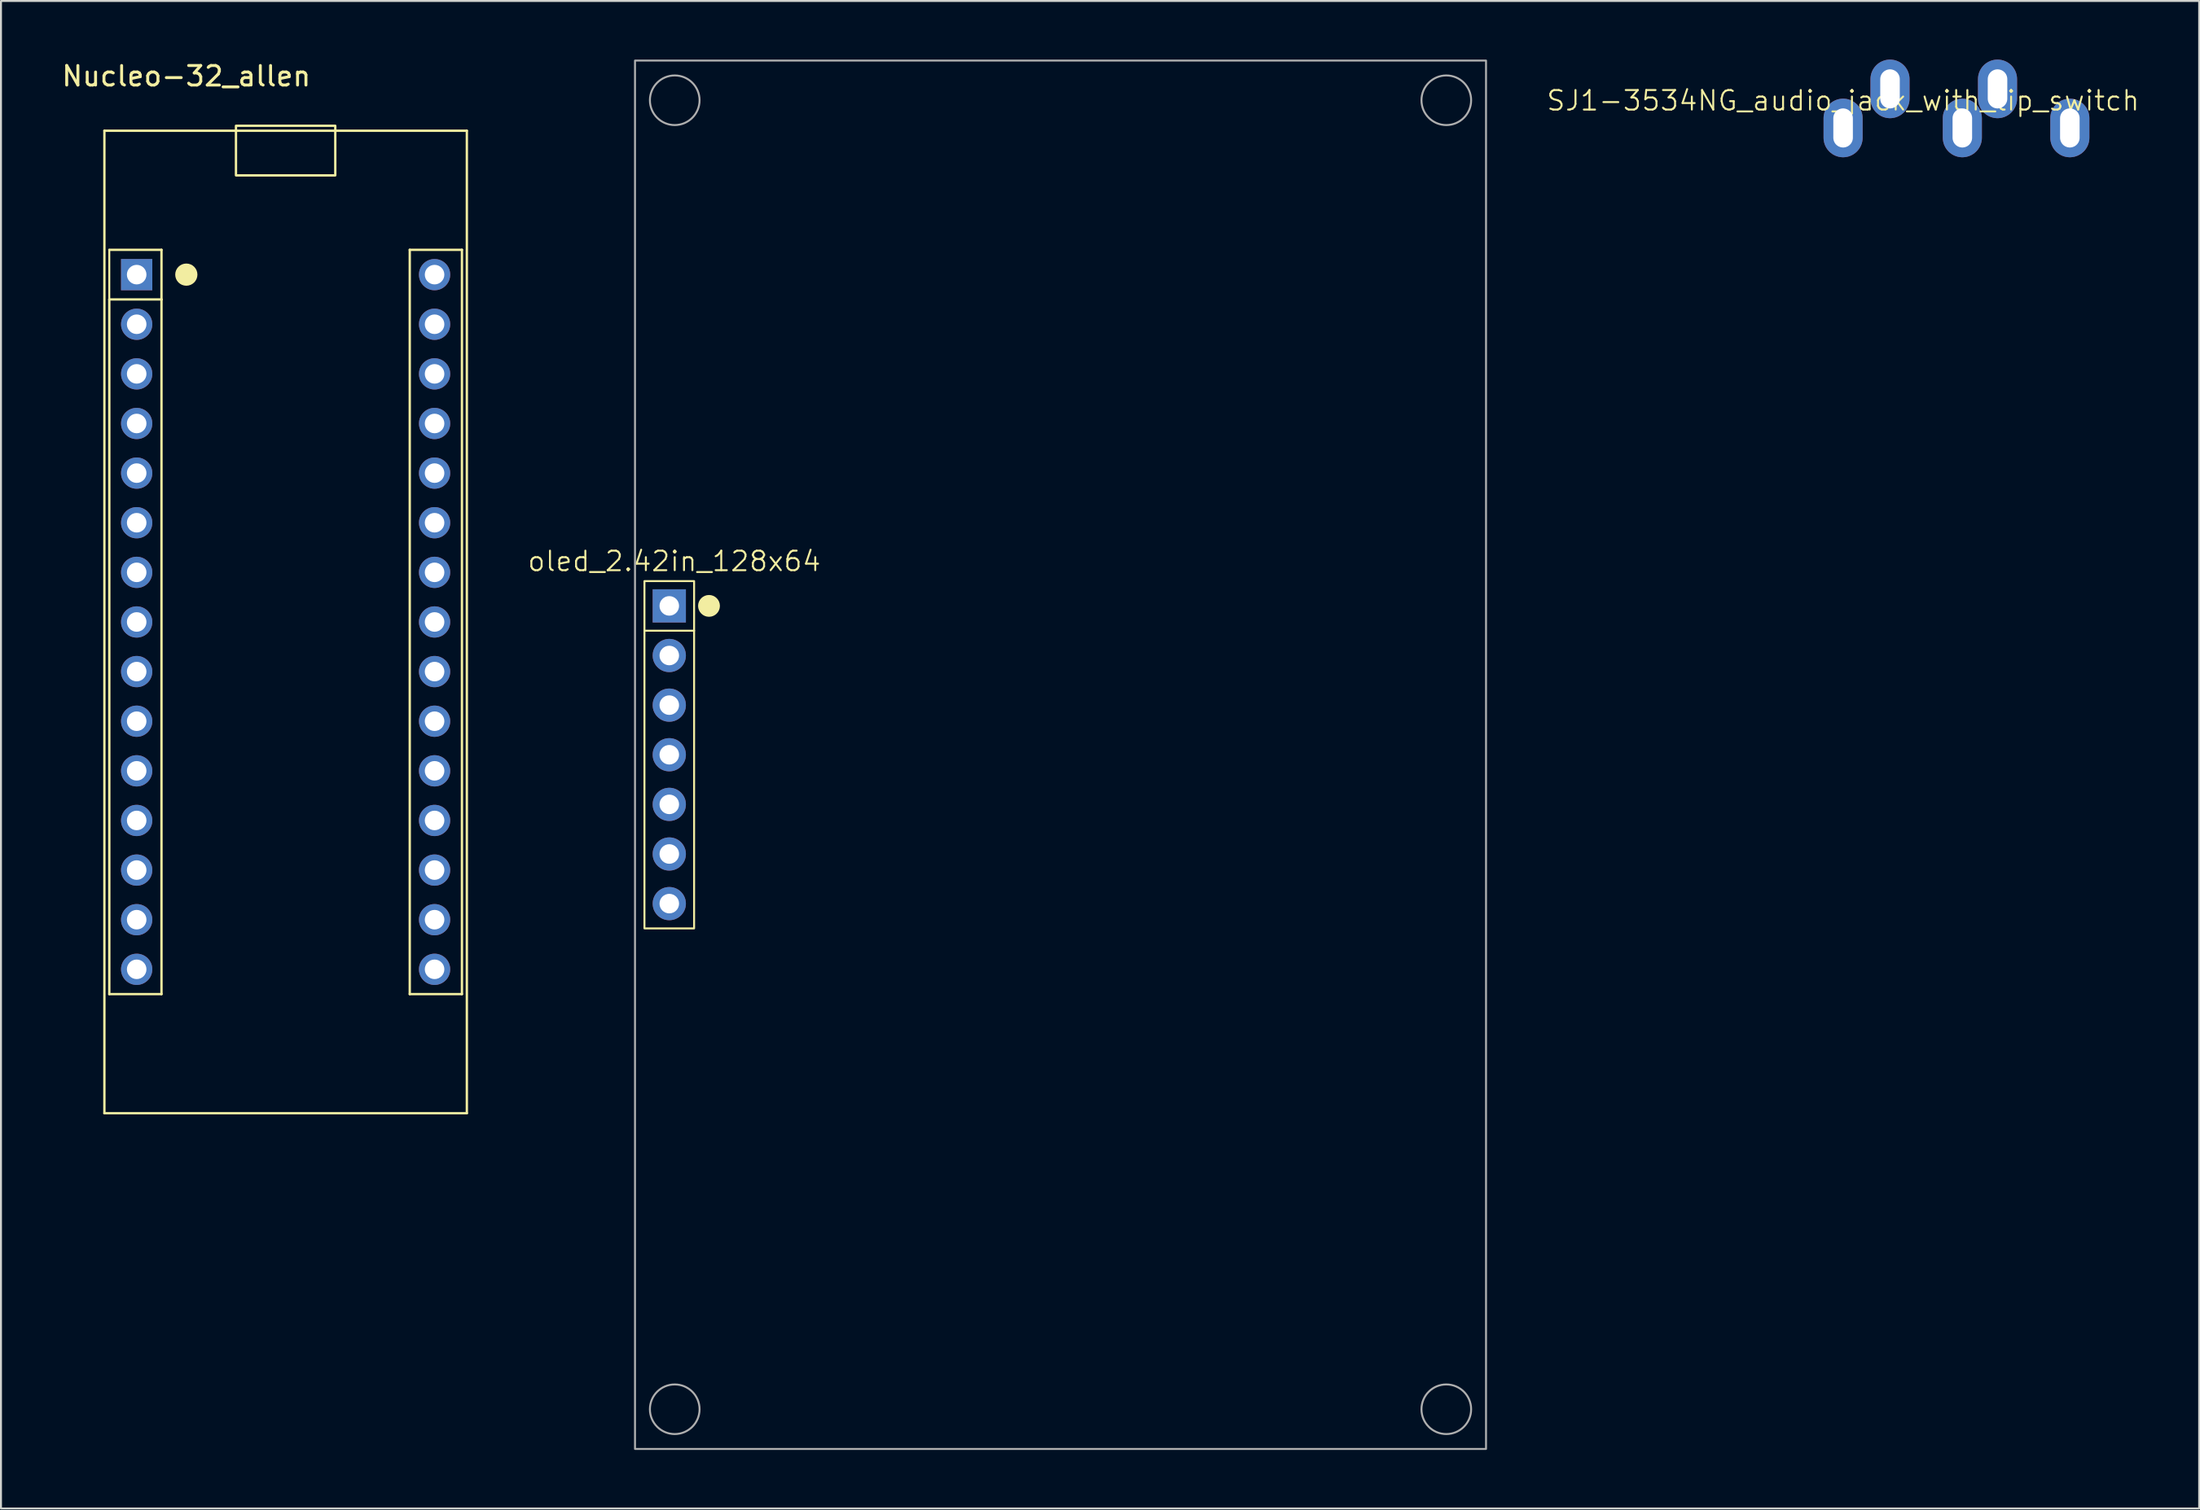
<source format=kicad_pcb>
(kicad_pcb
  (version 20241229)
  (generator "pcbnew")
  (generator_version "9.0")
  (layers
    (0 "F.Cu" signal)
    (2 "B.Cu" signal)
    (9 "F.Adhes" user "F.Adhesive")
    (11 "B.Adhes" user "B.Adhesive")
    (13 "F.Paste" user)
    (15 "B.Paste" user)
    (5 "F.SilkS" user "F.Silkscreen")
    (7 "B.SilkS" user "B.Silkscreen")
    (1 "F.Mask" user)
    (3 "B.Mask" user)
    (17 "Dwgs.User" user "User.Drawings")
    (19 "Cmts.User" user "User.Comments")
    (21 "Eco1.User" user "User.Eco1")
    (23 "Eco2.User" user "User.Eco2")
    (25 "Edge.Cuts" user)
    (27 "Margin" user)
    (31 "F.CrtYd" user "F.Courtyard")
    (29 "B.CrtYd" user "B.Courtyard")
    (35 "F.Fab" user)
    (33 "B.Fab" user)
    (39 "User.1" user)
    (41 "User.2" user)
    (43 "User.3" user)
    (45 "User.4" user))
  (footprint "Nucleo-32_allen"
    (layer "F.Cu")
    (at 3.942 11.008)
    (property "Reference" "Nucleo-32_allen" (at 2.54 -10.16 0) (layer "F.SilkS") (effects (font (size 1 1) (thickness 0.15))))
    (attr through_hole)
    (fp_line (start -1.651 42.926) (end -1.651 -7.366) (stroke (width 0.12) (type solid)) (layer "F.SilkS"))
    (fp_line (start -1.651 42.926) (end 16.891 42.926) (stroke (width 0.12) (type solid)) (layer "F.SilkS"))
    (fp_line (start -1.4 -1.27) (end -1.4 1.27) (stroke (width 0.1) (type default)) (layer "F.SilkS"))
    (fp_line (start -1.4 1.27) (end -1.4 36.83) (stroke (width 0.12) (type solid)) (layer "F.SilkS"))
    (fp_line (start 1.27 -1.27) (end -1.4 -1.27) (stroke (width 0.12) (type solid)) (layer "F.SilkS"))
    (fp_line (start 1.27 1.27) (end -1.4 1.27) (stroke (width 0.12) (type solid)) (layer "F.SilkS"))
    (fp_line (start 1.27 1.27) (end 1.27 -1.27) (stroke (width 0.12) (type solid)) (layer "F.SilkS"))
    (fp_line (start 1.27 1.27) (end 1.27 36.83) (stroke (width 0.12) (type solid)) (layer "F.SilkS"))
    (fp_line (start 1.27 36.83) (end -1.4 36.83) (stroke (width 0.12) (type solid)) (layer "F.SilkS"))
    (fp_line (start 13.97 -1.27) (end 13.97 36.83) (stroke (width 0.12) (type solid)) (layer "F.SilkS"))
    (fp_line (start 13.97 -1.27) (end 16.64 -1.27) (stroke (width 0.12) (type solid)) (layer "F.SilkS"))
    (fp_line (start 13.97 36.83) (end 16.64 36.83) (stroke (width 0.12) (type solid)) (layer "F.SilkS"))
    (fp_line (start 16.64 36.83) (end 16.64 -1.27) (stroke (width 0.12) (type solid)) (layer "F.SilkS"))
    (fp_line (start 16.891 -7.366) (end -1.651 -7.366) (stroke (width 0.12) (type solid)) (layer "F.SilkS"))
    (fp_line (start 16.891 42.926) (end 16.891 -7.366) (stroke (width 0.12) (type solid)) (layer "F.SilkS"))
    (fp_rect (start 5.08 -5.08) (end 10.16 -7.62) (stroke (width 0.12) (type solid)) (fill no) (layer "F.SilkS"))
    (fp_circle (center 2.54 0) (end 3.048 0) (stroke (width 0.12) (type solid)) (fill yes) (layer "F.SilkS"))
    (pad "1" thru_hole rect (at 0 0) (size 1.6 1.6) (drill 1) (layers "*.Cu" "*.Mask"))
    (pad "2" thru_hole oval (at 0 2.54) (size 1.6 1.6) (drill 1) (layers "*.Cu" "*.Mask"))
    (pad "3" thru_hole oval (at 0 5.08) (size 1.6 1.6) (drill 1) (layers "*.Cu" "*.Mask"))
    (pad "4" thru_hole oval (at 0 7.62) (size 1.6 1.6) (drill 1) (layers "*.Cu" "*.Mask"))
    (pad "5" thru_hole oval (at 0 10.16) (size 1.6 1.6) (drill 1) (layers "*.Cu" "*.Mask"))
    (pad "6" thru_hole oval (at 0 12.7) (size 1.6 1.6) (drill 1) (layers "*.Cu" "*.Mask"))
    (pad "7" thru_hole oval (at 0 15.24) (size 1.6 1.6) (drill 1) (layers "*.Cu" "*.Mask"))
    (pad "8" thru_hole oval (at 0 17.78) (size 1.6 1.6) (drill 1) (layers "*.Cu" "*.Mask"))
    (pad "9" thru_hole oval (at 0 20.32) (size 1.6 1.6) (drill 1) (layers "*.Cu" "*.Mask"))
    (pad "10" thru_hole oval (at 0 22.86) (size 1.6 1.6) (drill 1) (layers "*.Cu" "*.Mask"))
    (pad "11" thru_hole oval (at 0 25.4) (size 1.6 1.6) (drill 1) (layers "*.Cu" "*.Mask"))
    (pad "12" thru_hole oval (at 0 27.94) (size 1.6 1.6) (drill 1) (layers "*.Cu" "*.Mask"))
    (pad "13" thru_hole oval (at 0 30.48) (size 1.6 1.6) (drill 1) (layers "*.Cu" "*.Mask"))
    (pad "14" thru_hole oval (at 0 33.02) (size 1.6 1.6) (drill 1) (layers "*.Cu" "*.Mask"))
    (pad "15" thru_hole oval (at 0 35.56) (size 1.6 1.6) (drill 1) (layers "*.Cu" "*.Mask"))
    (pad "16" thru_hole oval (at 15.24 35.56) (size 1.6 1.6) (drill 1) (layers "*.Cu" "*.Mask"))
    (pad "17" thru_hole oval (at 15.24 33.02) (size 1.6 1.6) (drill 1) (layers "*.Cu" "*.Mask"))
    (pad "18" thru_hole oval (at 15.24 30.48) (size 1.6 1.6) (drill 1) (layers "*.Cu" "*.Mask"))
    (pad "19" thru_hole oval (at 15.24 27.94) (size 1.6 1.6) (drill 1) (layers "*.Cu" "*.Mask"))
    (pad "20" thru_hole oval (at 15.24 25.4) (size 1.6 1.6) (drill 1) (layers "*.Cu" "*.Mask"))
    (pad "21" thru_hole oval (at 15.24 22.86) (size 1.6 1.6) (drill 1) (layers "*.Cu" "*.Mask"))
    (pad "22" thru_hole oval (at 15.24 20.32) (size 1.6 1.6) (drill 1) (layers "*.Cu" "*.Mask"))
    (pad "23" thru_hole oval (at 15.24 17.78) (size 1.6 1.6) (drill 1) (layers "*.Cu" "*.Mask"))
    (pad "24" thru_hole oval (at 15.24 15.24) (size 1.6 1.6) (drill 1) (layers "*.Cu" "*.Mask"))
    (pad "25" thru_hole oval (at 15.24 12.7) (size 1.6 1.6) (drill 1) (layers "*.Cu" "*.Mask"))
    (pad "26" thru_hole oval (at 15.24 10.16) (size 1.6 1.6) (drill 1) (layers "*.Cu" "*.Mask"))
    (pad "27" thru_hole oval (at 15.24 7.62) (size 1.6 1.6) (drill 1) (layers "*.Cu" "*.Mask"))
    (pad "28" thru_hole oval (at 15.24 5.08) (size 1.6 1.6) (drill 1) (layers "*.Cu" "*.Mask"))
    (pad "29" thru_hole oval (at 15.24 2.54) (size 1.6 1.6) (drill 1) (layers "*.Cu" "*.Mask"))
    (pad "30" thru_hole oval (at 15.24 0) (size 1.6 1.6) (drill 1) (layers "*.Cu" "*.Mask")))
  (footprint "SJ1-3534NG_audio_jack_with_tip_switch"
    (layer "F.Cu")
    (at 91.239 2.6)
    (property "Reference" "SJ1-3534NG_audio_jack_with_tip_switch" (at 0 -0.5 0) (unlocked yes) (layer "F.SilkS") (effects (font (size 1 1) (thickness 0.1))))
    (attr through_hole)
    (pad "1" thru_hole oval (at 0 0.9) (size 2 3) (drill oval 1 2) (layers "*.Cu" "*.Mask"))
    (pad "2" thru_hole oval (at 2.4 -1.1) (size 2 3) (drill oval 1 2) (layers "*.Cu" "*.Mask"))
    (pad "3" thru_hole oval (at 7.9 -1.1) (size 2 3) (drill oval 1 2) (layers "*.Cu" "*.Mask"))
    (pad "4" thru_hole oval (at 11.6 0.9) (size 2 3) (drill oval 1 2) (layers "*.Cu" "*.Mask"))
    (pad "5" thru_hole oval (at 6.1 0.9) (size 2 3) (drill oval 1 2) (layers "*.Cu" "*.Mask")))
  (footprint "oled_2.42in_128x64"
    (layer "F.Cu")
    (at 31.189 35.585)
    (property "Reference" "oled_2.42in_128x64" (at 0.254 -9.906 0) (unlocked yes) (layer "F.SilkS") (effects (font (size 1 1) (thickness 0.1))))
    (attr through_hole)
    (fp_line (start -1.27 -6.35) (end 1.27 -6.35) (stroke (width 0.1) (type default)) (layer "F.SilkS"))
    (fp_rect (start -1.27 -8.89) (end 1.27 8.89) (stroke (width 0.1) (type default)) (fill no) (layer "F.SilkS"))
    (fp_circle (center 2.032 -7.62) (end 2.54 -7.62) (stroke (width 0.1) (type solid)) (fill yes) (layer "F.SilkS"))
    (fp_rect (start -1.753 -35.535) (end 41.783 35.535) (stroke (width 0.1) (type default)) (fill no) (layer "F.Fab"))
    (fp_circle (center 0.279 -33.503) (end 1.549 -33.503) (stroke (width 0.1) (type default)) (fill no) (layer "F.Fab"))
    (fp_circle (center 0.279 33.503) (end 1.549 33.503) (stroke (width 0.1) (type default)) (fill no) (layer "F.Fab"))
    (fp_circle (center 39.751 -33.503) (end 41.021 -33.503) (stroke (width 0.1) (type default)) (fill no) (layer "F.Fab"))
    (fp_circle (center 39.751 33.503) (end 41.021 33.503) (stroke (width 0.1) (type default)) (fill no) (layer "F.Fab"))
    (pad "1" thru_hole rect (at 0 -7.62) (size 1.7 1.7) (drill 1) (layers "*.Cu" "*.Mask"))
    (pad "2" thru_hole oval (at 0 -5.08) (size 1.7 1.7) (drill 1) (layers "*.Cu" "*.Mask"))
    (pad "3" thru_hole oval (at 0 -2.54) (size 1.7 1.7) (drill 1) (layers "*.Cu" "*.Mask"))
    (pad "4" thru_hole oval (at 0 0) (size 1.7 1.7) (drill 1) (layers "*.Cu" "*.Mask"))
    (pad "5" thru_hole oval (at 0 2.54) (size 1.7 1.7) (drill 1) (layers "*.Cu" "*.Mask"))
    (pad "6" thru_hole oval (at 0 5.08) (size 1.7 1.7) (drill 1) (layers "*.Cu" "*.Mask"))
    (pad "7" thru_hole oval (at 0 7.62) (size 1.7 1.7) (drill 1) (layers "*.Cu" "*.Mask")))
  (gr_rect
    (start -3 -3)
    (end 109.455 74.169)
    (stroke (width 0.1) (type default))
    (fill no)
    (layer "Edge.Cuts")))
</source>
